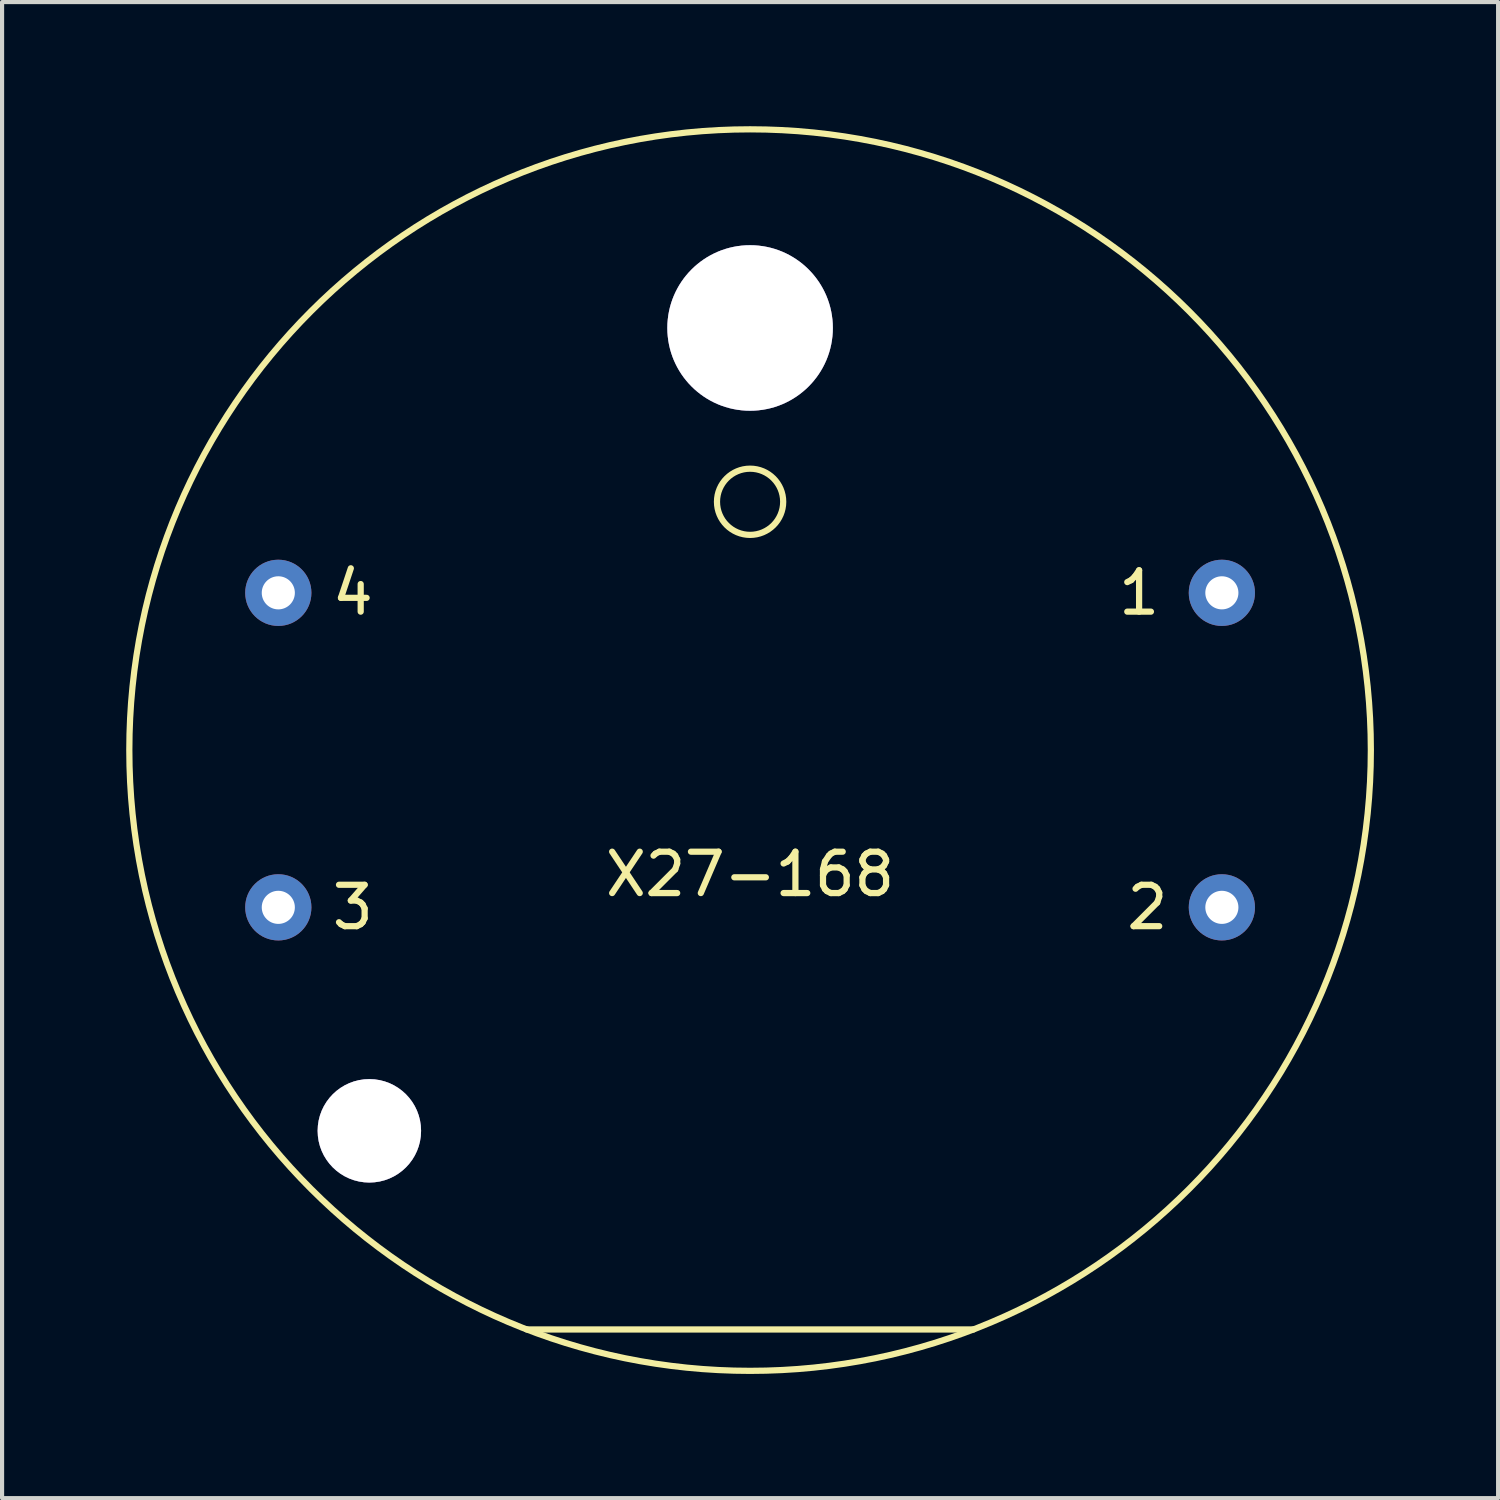
<source format=kicad_pcb>
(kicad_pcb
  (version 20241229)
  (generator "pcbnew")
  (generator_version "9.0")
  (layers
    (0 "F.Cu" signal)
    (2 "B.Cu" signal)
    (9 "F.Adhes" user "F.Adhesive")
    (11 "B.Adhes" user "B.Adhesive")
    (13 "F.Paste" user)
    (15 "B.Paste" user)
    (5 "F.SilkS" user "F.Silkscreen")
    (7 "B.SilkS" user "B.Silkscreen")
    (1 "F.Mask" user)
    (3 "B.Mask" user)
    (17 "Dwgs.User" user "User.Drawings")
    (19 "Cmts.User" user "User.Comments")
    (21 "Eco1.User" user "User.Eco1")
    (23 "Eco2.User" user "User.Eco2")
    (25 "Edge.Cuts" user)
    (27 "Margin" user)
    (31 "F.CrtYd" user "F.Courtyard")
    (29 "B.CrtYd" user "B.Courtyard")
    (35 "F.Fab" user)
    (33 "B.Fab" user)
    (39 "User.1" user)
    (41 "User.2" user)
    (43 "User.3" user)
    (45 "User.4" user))
  (footprint "X27-168"
    (layer "F.Cu")
    (at 15.075 15.075)
    (property "Reference" "X27-168" (at 0 3 0) (layer "F.SilkS") (effects (font (size 1 1) (thickness 0.15))))
    (attr through_hole)
    (fp_line (start -5.4 14) (end 5.4 14) (stroke (width 0.15) (type solid)) (layer "F.SilkS"))
    (fp_circle (center 0 -6) (end 0.8 -6) (stroke (width 0.15) (type solid)) (fill no) (layer "F.SilkS"))
    (fp_circle (center 0 0) (end 15 0) (stroke (width 0.15) (type solid)) (fill no) (layer "F.SilkS"))
    (fp_text user "2" (at 9.6 3.8 0) (layer "F.SilkS") (effects (font (size 1 1) (thickness 0.15))))
    (fp_text user "4" (at -9.6 -3.8 0) (layer "F.SilkS") (effects (font (size 1 1) (thickness 0.15))))
    (fp_text user "3" (at -9.6 3.8 0) (layer "F.SilkS") (effects (font (size 1 1) (thickness 0.15))))
    (fp_text user "1" (at 9.4 -3.8 0) (layer "F.SilkS") (effects (font (size 1 1) (thickness 0.15))))
    (pad "" thru_hole circle (at -9.2 9.2) (size 2.5 2.5) (drill 2.5) (layers "*.Cu" "*.Mask"))
    (pad "" thru_hole circle (at 0 -10.2) (size 4 4) (drill 4) (layers "*.Cu" "*.Mask"))
    (pad "1" thru_hole circle (at 11.4 -3.8) (size 1.6 1.6) (drill 0.8) (layers "*.Cu" "*.Mask"))
    (pad "2" thru_hole circle (at 11.4 3.8) (size 1.6 1.6) (drill 0.8) (layers "*.Cu" "*.Mask"))
    (pad "3" thru_hole circle (at -11.4 3.8) (size 1.6 1.6) (drill 0.8) (layers "*.Cu" "*.Mask"))
    (pad "4" thru_hole circle (at -11.4 -3.8) (size 1.6 1.6) (drill 0.8) (layers "*.Cu" "*.Mask")))
  (gr_rect
    (start -3 -3)
    (end 33.15 33.15)
    (stroke (width 0.1) (type default))
    (fill no)
    (layer "Edge.Cuts")))
</source>
